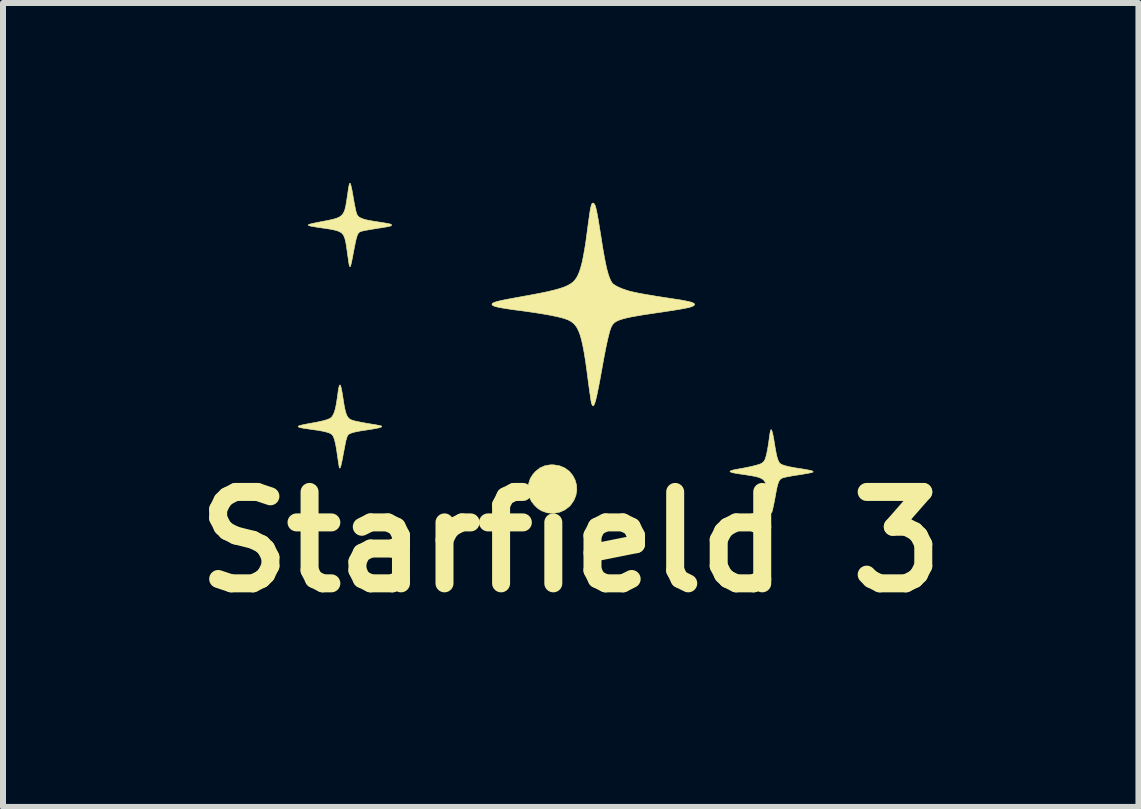
<source format=kicad_pcb>
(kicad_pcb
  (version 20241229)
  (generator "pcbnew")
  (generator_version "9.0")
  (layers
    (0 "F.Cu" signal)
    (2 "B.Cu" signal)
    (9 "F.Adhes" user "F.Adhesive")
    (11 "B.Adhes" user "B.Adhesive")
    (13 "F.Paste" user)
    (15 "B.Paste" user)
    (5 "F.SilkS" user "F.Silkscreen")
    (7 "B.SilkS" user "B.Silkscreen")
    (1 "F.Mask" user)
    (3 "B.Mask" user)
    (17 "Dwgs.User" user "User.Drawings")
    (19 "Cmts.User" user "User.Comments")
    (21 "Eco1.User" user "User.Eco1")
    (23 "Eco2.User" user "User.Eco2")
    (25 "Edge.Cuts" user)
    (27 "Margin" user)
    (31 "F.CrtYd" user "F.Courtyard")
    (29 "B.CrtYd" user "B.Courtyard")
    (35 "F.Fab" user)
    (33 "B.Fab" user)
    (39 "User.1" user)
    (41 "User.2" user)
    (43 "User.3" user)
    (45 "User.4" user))
  (footprint "Starfield 3"
    (layer "F.Cu")
    (at 6.466 5.987)
    (property "Reference" "Starfield 3" (at 0 0 0) (layer "F.SilkS") (effects (font (size 1.524 1.524) (thickness 0.3))))
    (attr through_hole)
    (fp_poly (pts (xy -0.281 -1.286) (xy -0.183 -1.269) (xy -0.097 -1.233) (xy -0.025 -1.179) (xy 0.031 -1.113) (xy 0.072 -1.036) (xy 0.096 -0.952) (xy 0.101 -0.865) (xy 0.086 -0.776) (xy 0.051 -0.691) (xy -0.006 -0.61) (xy -0.021 -0.595) (xy -0.096 -0.537) (xy -0.183 -0.498) (xy -0.278 -0.48) (xy -0.373 -0.484) (xy -0.407 -0.492) (xy -0.487 -0.521) (xy -0.551 -0.562) (xy -0.606 -0.615) (xy -0.658 -0.682) (xy -0.69 -0.752) (xy -0.705 -0.831) (xy -0.707 -0.887) (xy -0.7 -0.978) (xy -0.675 -1.056) (xy -0.631 -1.126) (xy -0.587 -1.176) (xy -0.512 -1.235) (xy -0.428 -1.272) (xy -0.333 -1.287) (xy -0.281 -1.286)) (stroke (width 0.01) (type solid)) (fill yes) (layer "F.SilkS"))
    (fp_poly (pts (xy -3.839 -2.61) (xy -3.831 -2.584) (xy -3.823 -2.55) (xy -3.813 -2.498) (xy -3.803 -2.438) (xy -3.797 -2.4) (xy -3.781 -2.296) (xy -3.765 -2.214) (xy -3.749 -2.152) (xy -3.731 -2.106) (xy -3.711 -2.074) (xy -3.687 -2.051) (xy -3.658 -2.036) (xy -3.617 -2.022) (xy -3.55 -2.007) (xy -3.459 -1.989) (xy -3.344 -1.969) (xy -3.287 -1.96) (xy -3.233 -1.951) (xy -3.19 -1.942) (xy -3.161 -1.936) (xy -3.154 -1.933) (xy -3.152 -1.924) (xy -3.166 -1.914) (xy -3.197 -1.904) (xy -3.249 -1.893) (xy -3.323 -1.88) (xy -3.394 -1.869) (xy -3.494 -1.854) (xy -3.572 -1.84) (xy -3.63 -1.826) (xy -3.671 -1.812) (xy -3.699 -1.797) (xy -3.717 -1.779) (xy -3.725 -1.764) (xy -3.734 -1.738) (xy -3.741 -1.715) (xy -3.749 -1.688) (xy -3.756 -1.654) (xy -3.765 -1.608) (xy -3.777 -1.545) (xy -3.791 -1.473) (xy -3.808 -1.381) (xy -3.822 -1.314) (xy -3.833 -1.267) (xy -3.842 -1.24) (xy -3.85 -1.231) (xy -3.856 -1.237) (xy -3.859 -1.246) (xy -3.863 -1.267) (xy -3.87 -1.309) (xy -3.878 -1.363) (xy -3.887 -1.423) (xy -3.904 -1.541) (xy -3.921 -1.635) (xy -3.939 -1.707) (xy -3.957 -1.756) (xy -3.971 -1.78) (xy -3.992 -1.8) (xy -4.024 -1.817) (xy -4.07 -1.832) (xy -4.132 -1.847) (xy -4.215 -1.862) (xy -4.314 -1.876) (xy -4.396 -1.888) (xy -4.457 -1.897) (xy -4.498 -1.905) (xy -4.524 -1.911) (xy -4.538 -1.918) (xy -4.544 -1.924) (xy -4.544 -1.927) (xy -4.537 -1.934) (xy -4.516 -1.942) (xy -4.476 -1.952) (xy -4.418 -1.964) (xy -4.337 -1.979) (xy -4.308 -1.984) (xy -4.208 -2.003) (xy -4.124 -2.022) (xy -4.059 -2.041) (xy -4.017 -2.059) (xy -4.011 -2.062) (xy -3.983 -2.086) (xy -3.96 -2.121) (xy -3.94 -2.168) (xy -3.922 -2.231) (xy -3.906 -2.314) (xy -3.89 -2.418) (xy -3.887 -2.442) (xy -3.876 -2.522) (xy -3.866 -2.577) (xy -3.857 -2.61) (xy -3.848 -2.62) (xy -3.839 -2.61)) (stroke (width 0.01) (type solid)) (fill yes) (layer "F.SilkS"))
    (fp_poly (pts (xy -3.675 -5.977) (xy -3.669 -5.961) (xy -3.66 -5.924) (xy -3.648 -5.87) (xy -3.636 -5.804) (xy -3.625 -5.741) (xy -3.612 -5.665) (xy -3.598 -5.594) (xy -3.586 -5.535) (xy -3.575 -5.491) (xy -3.569 -5.471) (xy -3.554 -5.444) (xy -3.533 -5.421) (xy -3.502 -5.402) (xy -3.458 -5.385) (xy -3.399 -5.369) (xy -3.32 -5.354) (xy -3.22 -5.338) (xy -3.202 -5.335) (xy -3.123 -5.323) (xy -3.066 -5.313) (xy -3.027 -5.306) (xy -3.003 -5.299) (xy -2.991 -5.293) (xy -2.987 -5.286) (xy -2.987 -5.285) (xy -2.989 -5.278) (xy -2.997 -5.272) (xy -3.014 -5.266) (xy -3.044 -5.259) (xy -3.09 -5.251) (xy -3.155 -5.24) (xy -3.241 -5.227) (xy -3.244 -5.226) (xy -3.319 -5.214) (xy -3.389 -5.202) (xy -3.447 -5.191) (xy -3.488 -5.181) (xy -3.506 -5.176) (xy -3.524 -5.166) (xy -3.539 -5.151) (xy -3.553 -5.128) (xy -3.565 -5.094) (xy -3.579 -5.046) (xy -3.593 -4.981) (xy -3.61 -4.896) (xy -3.626 -4.813) (xy -3.639 -4.742) (xy -3.652 -4.68) (xy -3.663 -4.631) (xy -3.672 -4.6) (xy -3.676 -4.59) (xy -3.685 -4.593) (xy -3.693 -4.616) (xy -3.694 -4.622) (xy -3.699 -4.651) (xy -3.706 -4.698) (xy -3.715 -4.759) (xy -3.724 -4.826) (xy -3.726 -4.84) (xy -3.74 -4.936) (xy -3.753 -5.012) (xy -3.769 -5.071) (xy -3.789 -5.117) (xy -3.818 -5.151) (xy -3.858 -5.176) (xy -3.911 -5.195) (xy -3.982 -5.211) (xy -4.072 -5.226) (xy -4.165 -5.239) (xy -4.256 -5.253) (xy -4.322 -5.264) (xy -4.362 -5.274) (xy -4.378 -5.284) (xy -4.368 -5.293) (xy -4.334 -5.304) (xy -4.276 -5.317) (xy -4.192 -5.334) (xy -4.177 -5.337) (xy -4.067 -5.358) (xy -3.978 -5.377) (xy -3.909 -5.396) (xy -3.856 -5.419) (xy -3.817 -5.448) (xy -3.789 -5.485) (xy -3.768 -5.533) (xy -3.752 -5.595) (xy -3.739 -5.673) (xy -3.726 -5.756) (xy -3.714 -5.839) (xy -3.705 -5.9) (xy -3.697 -5.941) (xy -3.691 -5.967) (xy -3.686 -5.979) (xy -3.681 -5.982) (xy -3.675 -5.977)) (stroke (width 0.01) (type solid)) (fill yes) (layer "F.SilkS"))
    (fp_poly (pts (xy 3.347 -1.869) (xy 3.355 -1.851) (xy 3.362 -1.827) (xy 3.372 -1.784) (xy 3.383 -1.726) (xy 3.395 -1.658) (xy 3.401 -1.619) (xy 3.418 -1.52) (xy 3.433 -1.444) (xy 3.449 -1.386) (xy 3.465 -1.345) (xy 3.483 -1.317) (xy 3.504 -1.299) (xy 3.511 -1.295) (xy 3.56 -1.276) (xy 3.633 -1.257) (xy 3.732 -1.238) (xy 3.855 -1.219) (xy 3.915 -1.209) (xy 3.968 -1.199) (xy 4.008 -1.19) (xy 4.026 -1.184) (xy 4.043 -1.173) (xy 4.038 -1.166) (xy 4.022 -1.159) (xy 3.999 -1.154) (xy 3.957 -1.146) (xy 3.899 -1.136) (xy 3.831 -1.124) (xy 3.784 -1.117) (xy 3.71 -1.106) (xy 3.642 -1.093) (xy 3.585 -1.082) (xy 3.544 -1.072) (xy 3.53 -1.067) (xy 3.506 -1.055) (xy 3.487 -1.037) (xy 3.471 -1.012) (xy 3.457 -0.975) (xy 3.442 -0.922) (xy 3.427 -0.849) (xy 3.415 -0.784) (xy 3.397 -0.687) (xy 3.382 -0.613) (xy 3.37 -0.559) (xy 3.361 -0.521) (xy 3.354 -0.498) (xy 3.347 -0.487) (xy 3.343 -0.485) (xy 3.331 -0.488) (xy 3.331 -0.489) (xy 3.329 -0.508) (xy 3.324 -0.547) (xy 3.317 -0.6) (xy 3.308 -0.662) (xy 3.298 -0.727) (xy 3.288 -0.791) (xy 3.279 -0.847) (xy 3.272 -0.89) (xy 3.268 -0.913) (xy 3.255 -0.962) (xy 3.24 -1.001) (xy 3.218 -1.032) (xy 3.187 -1.056) (xy 3.143 -1.075) (xy 3.084 -1.092) (xy 3.007 -1.106) (xy 2.907 -1.122) (xy 2.885 -1.125) (xy 2.791 -1.139) (xy 2.721 -1.151) (xy 2.677 -1.162) (xy 2.656 -1.173) (xy 2.66 -1.183) (xy 2.686 -1.194) (xy 2.735 -1.206) (xy 2.807 -1.219) (xy 2.808 -1.219) (xy 2.91 -1.238) (xy 3.002 -1.257) (xy 3.079 -1.276) (xy 3.139 -1.293) (xy 3.178 -1.308) (xy 3.178 -1.308) (xy 3.211 -1.333) (xy 3.234 -1.363) (xy 3.25 -1.405) (xy 3.267 -1.469) (xy 3.283 -1.548) (xy 3.298 -1.639) (xy 3.307 -1.704) (xy 3.314 -1.761) (xy 3.322 -1.811) (xy 3.329 -1.846) (xy 3.332 -1.857) (xy 3.339 -1.874) (xy 3.347 -1.869)) (stroke (width 0.01) (type solid)) (fill yes) (layer "F.SilkS"))
    (fp_poly (pts (xy 0.381 -5.648) (xy 0.39 -5.64) (xy 0.4 -5.626) (xy 0.41 -5.602) (xy 0.42 -5.566) (xy 0.432 -5.516) (xy 0.445 -5.45) (xy 0.46 -5.366) (xy 0.477 -5.261) (xy 0.497 -5.134) (xy 0.504 -5.093) (xy 0.53 -4.926) (xy 0.555 -4.783) (xy 0.578 -4.661) (xy 0.6 -4.56) (xy 0.622 -4.478) (xy 0.644 -4.412) (xy 0.666 -4.361) (xy 0.688 -4.323) (xy 0.699 -4.31) (xy 0.735 -4.282) (xy 0.79 -4.252) (xy 0.86 -4.222) (xy 0.939 -4.195) (xy 0.986 -4.181) (xy 1.043 -4.168) (xy 1.112 -4.153) (xy 1.195 -4.137) (xy 1.295 -4.12) (xy 1.413 -4.1) (xy 1.553 -4.078) (xy 1.715 -4.053) (xy 1.718 -4.053) (xy 1.829 -4.036) (xy 1.915 -4.02) (xy 1.98 -4.006) (xy 2.026 -3.993) (xy 2.053 -3.98) (xy 2.065 -3.966) (xy 2.065 -3.959) (xy 2.058 -3.946) (xy 2.039 -3.934) (xy 2.008 -3.921) (xy 1.961 -3.908) (xy 1.897 -3.895) (xy 1.815 -3.88) (xy 1.712 -3.863) (xy 1.586 -3.844) (xy 1.528 -3.835) (xy 1.364 -3.811) (xy 1.224 -3.79) (xy 1.105 -3.77) (xy 1.005 -3.752) (xy 0.923 -3.734) (xy 0.856 -3.716) (xy 0.803 -3.698) (xy 0.762 -3.679) (xy 0.73 -3.658) (xy 0.706 -3.634) (xy 0.688 -3.608) (xy 0.673 -3.578) (xy 0.671 -3.572) (xy 0.654 -3.525) (xy 0.637 -3.462) (xy 0.617 -3.382) (xy 0.595 -3.282) (xy 0.571 -3.162) (xy 0.544 -3.02) (xy 0.516 -2.865) (xy 0.489 -2.715) (xy 0.465 -2.588) (xy 0.444 -2.485) (xy 0.426 -2.403) (xy 0.41 -2.342) (xy 0.395 -2.3) (xy 0.383 -2.276) (xy 0.371 -2.27) (xy 0.361 -2.279) (xy 0.35 -2.303) (xy 0.345 -2.32) (xy 0.34 -2.346) (xy 0.332 -2.394) (xy 0.323 -2.458) (xy 0.312 -2.535) (xy 0.3 -2.62) (xy 0.293 -2.674) (xy 0.269 -2.857) (xy 0.247 -3.015) (xy 0.225 -3.152) (xy 0.203 -3.268) (xy 0.181 -3.367) (xy 0.158 -3.449) (xy 0.132 -3.517) (xy 0.105 -3.572) (xy 0.074 -3.616) (xy 0.039 -3.652) (xy 0.000169 -3.68) (xy -0.044 -3.703) (xy -0.072 -3.714) (xy -0.137 -3.735) (xy -0.226 -3.757) (xy -0.336 -3.78) (xy -0.465 -3.803) (xy -0.61 -3.826) (xy -0.77 -3.849) (xy -0.823 -3.856) (xy -0.955 -3.873) (xy -1.063 -3.889) (xy -1.149 -3.903) (xy -1.215 -3.916) (xy -1.262 -3.928) (xy -1.293 -3.94) (xy -1.309 -3.952) (xy -1.312 -3.958) (xy -1.311 -3.97) (xy -1.3 -3.982) (xy -1.278 -3.993) (xy -1.244 -4.005) (xy -1.194 -4.018) (xy -1.127 -4.033) (xy -1.041 -4.05) (xy -0.933 -4.07) (xy -0.817 -4.091) (xy -0.647 -4.122) (xy -0.501 -4.15) (xy -0.376 -4.176) (xy -0.271 -4.202) (xy -0.183 -4.226) (xy -0.11 -4.251) (xy -0.051 -4.277) (xy -0.003 -4.304) (xy 0.035 -4.332) (xy 0.063 -4.36) (xy 0.093 -4.399) (xy 0.119 -4.446) (xy 0.144 -4.505) (xy 0.167 -4.576) (xy 0.19 -4.662) (xy 0.211 -4.764) (xy 0.233 -4.885) (xy 0.255 -5.027) (xy 0.277 -5.192) (xy 0.286 -5.26) (xy 0.302 -5.376) (xy 0.315 -5.468) (xy 0.326 -5.539) (xy 0.337 -5.591) (xy 0.347 -5.626) (xy 0.357 -5.645) (xy 0.368 -5.652) (xy 0.381 -5.648)) (stroke (width 0.01) (type solid)) (fill yes) (layer "F.SilkS")))
  (gr_rect
    (start -3 -3)
    (end 15.932 10.405)
    (stroke (width 0.1) (type default))
    (fill no)
    (layer "Edge.Cuts")))
</source>
